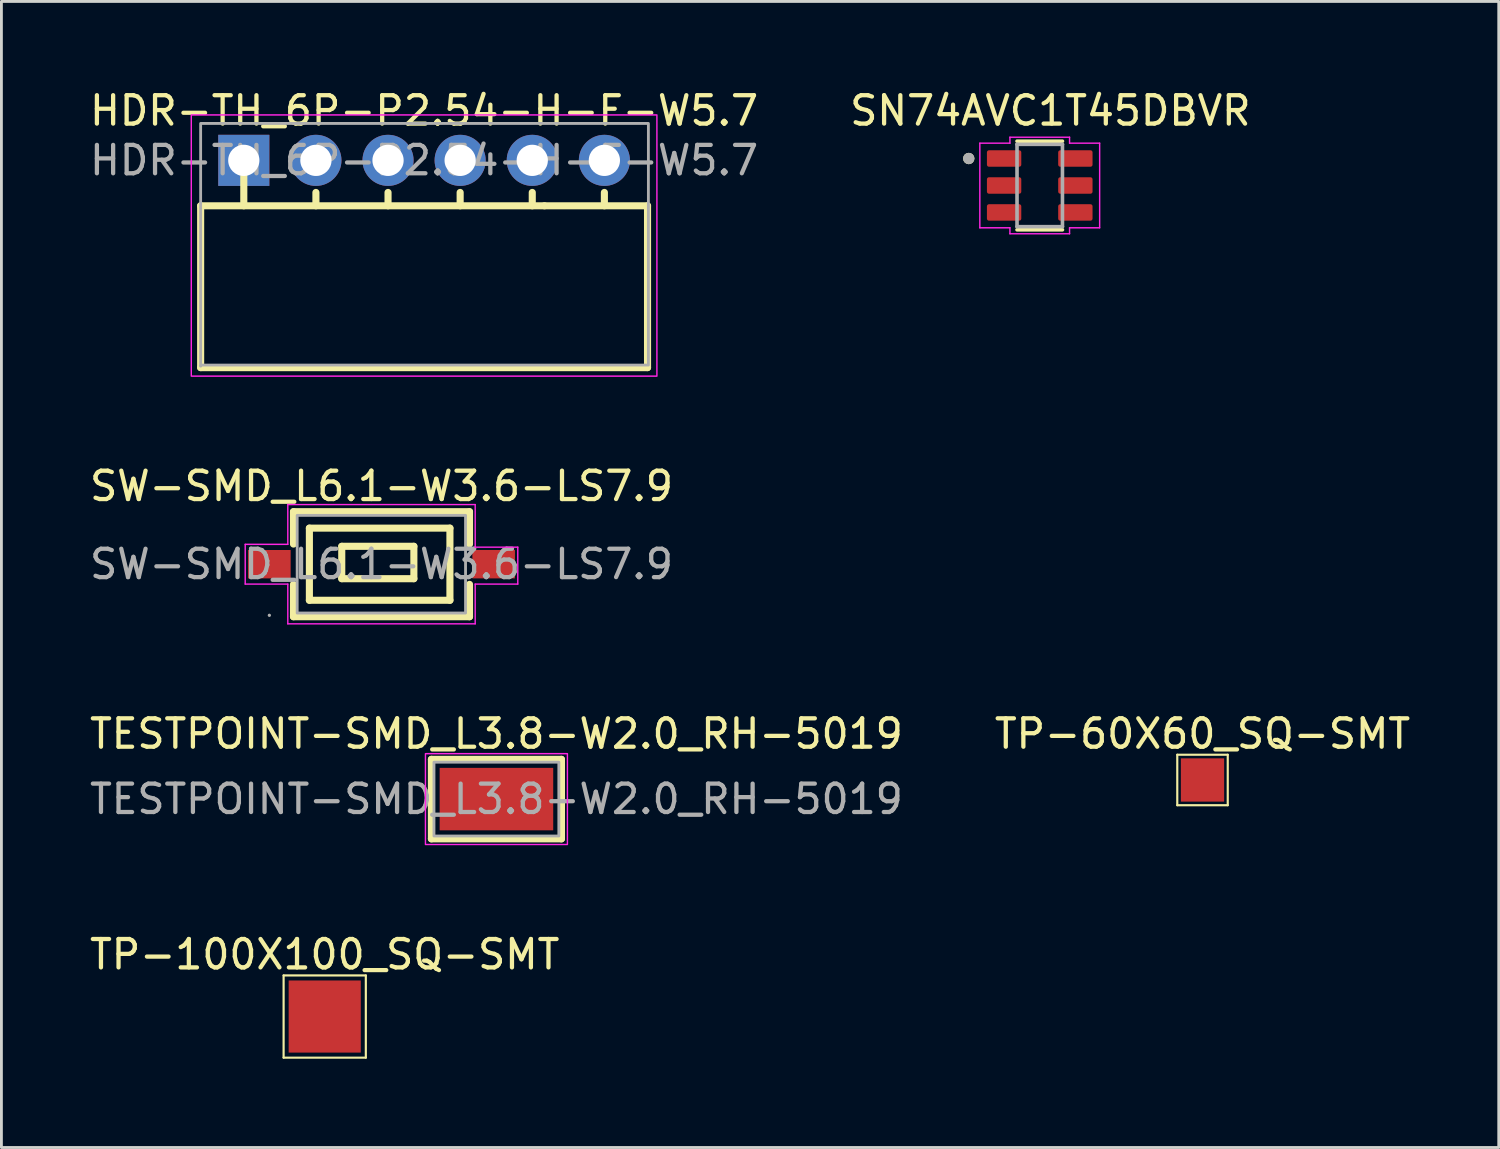
<source format=kicad_pcb>
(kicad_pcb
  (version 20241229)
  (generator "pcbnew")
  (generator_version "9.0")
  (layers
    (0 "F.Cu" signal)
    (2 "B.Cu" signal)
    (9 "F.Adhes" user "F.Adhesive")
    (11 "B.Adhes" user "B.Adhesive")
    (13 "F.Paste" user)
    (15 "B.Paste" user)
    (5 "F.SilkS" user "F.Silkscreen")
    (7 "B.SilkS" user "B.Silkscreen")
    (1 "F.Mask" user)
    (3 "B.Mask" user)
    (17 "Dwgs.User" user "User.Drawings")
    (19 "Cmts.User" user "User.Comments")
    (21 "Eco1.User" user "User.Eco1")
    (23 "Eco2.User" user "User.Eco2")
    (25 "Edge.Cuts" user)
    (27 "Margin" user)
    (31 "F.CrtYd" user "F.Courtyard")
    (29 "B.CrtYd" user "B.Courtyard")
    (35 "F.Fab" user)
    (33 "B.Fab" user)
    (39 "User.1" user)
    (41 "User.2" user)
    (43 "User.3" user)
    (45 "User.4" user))
  (footprint "TESTPOINT-SMD_L3.8-W2.0_RH-5019"
    (layer "F.Cu")
    (at 14.435 25.095)
    (property "Reference" "TESTPOINT-SMD_L3.8-W2.0_RH-5019" (at 0 -2.3 0) (layer "F.SilkS") (effects (font (size 1 1) (thickness 0.15))))
    (attr through_hole)
    (fp_line (start -2.29 -1.4) (end -2.29 1.4) (stroke (width 0.25) (type solid)) (layer "F.SilkS"))
    (fp_line (start 2.29 -1.4) (end -2.29 -1.4) (stroke (width 0.25) (type solid)) (layer "F.SilkS"))
    (fp_line (start 2.29 -1.4) (end 2.29 1.4) (stroke (width 0.25) (type solid)) (layer "F.SilkS"))
    (fp_line (start 2.29 1.4) (end -2.29 1.4) (stroke (width 0.25) (type solid)) (layer "F.SilkS"))
    (fp_rect (start -2.5 -1.6) (end 2.5 1.6) (stroke (width 0.05) (type default)) (fill no) (layer "F.CrtYd"))
    (fp_rect (start -2.2 -1.3) (end 2.2 1.3) (stroke (width 0.1) (type default)) (fill no) (layer "F.Fab"))
    (fp_text user "${REFERENCE}" (at 0 0 0) (layer "F.Fab") (effects (font (size 1 1) (thickness 0.15))))
    (pad "1" smd rect (at 0 0) (size 4 2.2) (layers "F.Cu" "F.Mask" "F.Paste")))
  (footprint "SW-SMD_L6.1-W3.6-LS7.9"
    (layer "F.Cu")
    (at 10.387 16.822)
    (property "Reference" "SW-SMD_L6.1-W3.6-LS7.9" (at 0 -2.75 0) (layer "F.SilkS") (effects (font (size 1 1) (thickness 0.15))))
    (attr smd)
    (fp_line (start -3.1 -1.85) (end -3.1 -0.71) (stroke (width 0.25) (type solid)) (layer "F.SilkS"))
    (fp_line (start -3.1 -1.85) (end 3.1 -1.85) (stroke (width 0.25) (type solid)) (layer "F.SilkS"))
    (fp_line (start -3.1 0.71) (end -3.1 1.85) (stroke (width 0.25) (type solid)) (layer "F.SilkS"))
    (fp_line (start -3.1 1.85) (end 3.1 1.85) (stroke (width 0.25) (type solid)) (layer "F.SilkS"))
    (fp_line (start -2.54 -1.27) (end 2.41 -1.27) (stroke (width 0.25) (type solid)) (layer "F.SilkS"))
    (fp_line (start -2.54 1.27) (end -2.54 -1.27) (stroke (width 0.25) (type solid)) (layer "F.SilkS"))
    (fp_line (start -1.4 -0.63) (end -1.4 0.51) (stroke (width 0.25) (type solid)) (layer "F.SilkS"))
    (fp_line (start -1.4 0.51) (end 1.14 0.51) (stroke (width 0.25) (type solid)) (layer "F.SilkS"))
    (fp_line (start 1.14 -0.63) (end -1.4 -0.63) (stroke (width 0.25) (type solid)) (layer "F.SilkS"))
    (fp_line (start 1.14 0.51) (end 1.14 -0.63) (stroke (width 0.25) (type solid)) (layer "F.SilkS"))
    (fp_line (start 2.41 -1.27) (end 2.41 1.27) (stroke (width 0.25) (type solid)) (layer "F.SilkS"))
    (fp_line (start 2.41 1.27) (end -2.54 1.27) (stroke (width 0.25) (type solid)) (layer "F.SilkS"))
    (fp_line (start 3.1 -0.71) (end 3.1 -1.85) (stroke (width 0.25) (type solid)) (layer "F.SilkS"))
    (fp_line (start 3.1 1.85) (end 3.1 0.71) (stroke (width 0.25) (type solid)) (layer "F.SilkS"))
    (fp_line (start -4.8 -0.7) (end -4.8 0.7) (stroke (width 0.05) (type default)) (layer "F.CrtYd"))
    (fp_line (start -4.8 0.7) (end -3.3 0.7) (stroke (width 0.05) (type default)) (layer "F.CrtYd"))
    (fp_line (start -3.3 -2.1) (end -3.3 -0.7) (stroke (width 0.05) (type default)) (layer "F.CrtYd"))
    (fp_line (start -3.3 -0.7) (end -4.8 -0.7) (stroke (width 0.05) (type default)) (layer "F.CrtYd"))
    (fp_line (start -3.3 0.7) (end -3.3 2.1) (stroke (width 0.05) (type default)) (layer "F.CrtYd"))
    (fp_line (start -3.3 2.1) (end 3.3 2.1) (stroke (width 0.05) (type default)) (layer "F.CrtYd"))
    (fp_line (start 3.3 -2.1) (end -3.3 -2.1) (stroke (width 0.05) (type default)) (layer "F.CrtYd"))
    (fp_line (start 3.3 -0.6) (end 3.3 -2.1) (stroke (width 0.05) (type default)) (layer "F.CrtYd"))
    (fp_line (start 3.3 0.7) (end 4.8 0.7) (stroke (width 0.05) (type default)) (layer "F.CrtYd"))
    (fp_line (start 3.3 2.1) (end 3.3 0.7) (stroke (width 0.05) (type default)) (layer "F.CrtYd"))
    (fp_line (start 4.8 -0.6) (end 3.3 -0.6) (stroke (width 0.05) (type default)) (layer "F.CrtYd"))
    (fp_line (start 4.8 0.7) (end 4.8 -0.6) (stroke (width 0.05) (type default)) (layer "F.CrtYd"))
    (fp_rect (start -2.97 -1.72) (end 2.96 1.72) (stroke (width 0.1) (type default)) (fill no) (layer "F.Fab"))
    (fp_circle (center -3.95 1.8) (end -3.92 1.8) (stroke (width 0.06) (type solid)) (fill no) (layer "F.Fab"))
    (fp_text user "${REFERENCE}" (at 0 0 0) (layer "F.Fab") (effects (font (size 1 1) (thickness 0.15))))
    (pad "1" smd rect (at -3.95 0) (size 1.5 1) (layers "F.Cu" "F.Mask" "F.Paste"))
    (pad "2" smd rect (at 3.95 0) (size 1.5 1) (layers "F.Cu" "F.Mask" "F.Paste")))
  (footprint "TP-60X60_SQ-SMT"
    (layer "F.Cu")
    (at 39.304 24.422)
    (property "Reference" "TP-60X60_SQ-SMT" (at 0 -1.627 0) (layer "F.SilkS") (effects (font (size 1 1) (thickness 0.15))))
    (fp_line (start -0.889 -0.889) (end 0.889 -0.889) (stroke (width 0.076) (type solid)) (layer "F.SilkS"))
    (fp_line (start -0.889 0.889) (end -0.889 -0.889) (stroke (width 0.076) (type solid)) (layer "F.SilkS"))
    (fp_line (start -0.889 0.889) (end 0.889 0.889) (stroke (width 0.076) (type solid)) (layer "F.SilkS"))
    (fp_line (start 0.889 0.889) (end 0.889 -0.889) (stroke (width 0.076) (type solid)) (layer "F.SilkS"))
    (fp_line (start -1.016 -1.016) (end 1.016 -1.016) (stroke (width 0.076) (type solid)) (layer "Eco2.User"))
    (fp_line (start -1.016 1.016) (end -1.016 -1.016) (stroke (width 0.076) (type solid)) (layer "Eco2.User"))
    (fp_line (start -1.016 1.016) (end 1.016 1.016) (stroke (width 0.076) (type solid)) (layer "Eco2.User"))
    (fp_line (start 1.016 1.016) (end 1.016 -1.016) (stroke (width 0.076) (type solid)) (layer "Eco2.User"))
    (pad "1" smd rect (at 0 0) (size 1.524 1.524) (layers "F.Cu" "F.Mask" "F.Paste")))
  (footprint "TP-100X100_SQ-SMT"
    (layer "F.Cu")
    (at 8.387 32.754)
    (property "Reference" "TP-100X100_SQ-SMT" (at 0 -2.186 0) (layer "F.SilkS") (effects (font (size 1 1) (thickness 0.15))))
    (fp_line (start -1.448 -1.448) (end 1.448 -1.448) (stroke (width 0.076) (type solid)) (layer "F.SilkS"))
    (fp_line (start -1.448 1.448) (end -1.448 -1.448) (stroke (width 0.076) (type solid)) (layer "F.SilkS"))
    (fp_line (start -1.448 1.448) (end 1.448 1.448) (stroke (width 0.076) (type solid)) (layer "F.SilkS"))
    (fp_line (start 1.448 1.448) (end 1.448 -1.448) (stroke (width 0.076) (type solid)) (layer "F.SilkS"))
    (fp_line (start -1.575 -1.575) (end 1.575 -1.575) (stroke (width 0.076) (type solid)) (layer "Eco2.User"))
    (fp_line (start -1.575 1.575) (end -1.575 -1.575) (stroke (width 0.076) (type solid)) (layer "Eco2.User"))
    (fp_line (start -1.575 1.575) (end 1.575 1.575) (stroke (width 0.076) (type solid)) (layer "Eco2.User"))
    (fp_line (start 1.575 1.575) (end 1.575 -1.575) (stroke (width 0.076) (type solid)) (layer "Eco2.User"))
    (pad "1" smd rect (at 0 0) (size 2.54 2.54) (layers "F.Cu" "F.Mask" "F.Paste")))
  (footprint "SN74AVC1T45DBVR"
    (layer "F.Cu")
    (at 33.571 3.483)
    (property "Reference" "SN74AVC1T45DBVR" (at 0.375 -2.635 0) (layer "F.SilkS") (effects (font (size 1 1) (thickness 0.15))))
    (attr smd)
    (fp_line (start -0.8 1.56) (end 0.8 1.56) (stroke (width 0.127) (type solid)) (layer "F.SilkS"))
    (fp_line (start 0.8 -1.56) (end -0.8 -1.56) (stroke (width 0.127) (type solid)) (layer "F.SilkS"))
    (fp_circle (center -2.5 -0.95) (end -2.4 -0.95) (stroke (width 0.2) (type solid)) (fill no) (layer "F.SilkS"))
    (fp_line (start -2.11 -1.49) (end -2.11 1.49) (stroke (width 0.05) (type solid)) (layer "F.CrtYd"))
    (fp_line (start -2.11 -1.49) (end -1.05 -1.49) (stroke (width 0.05) (type solid)) (layer "F.CrtYd"))
    (fp_line (start -2.11 1.49) (end -1.05 1.49) (stroke (width 0.05) (type solid)) (layer "F.CrtYd"))
    (fp_line (start -1.05 -1.49) (end -1.05 -1.7) (stroke (width 0.05) (type solid)) (layer "F.CrtYd"))
    (fp_line (start -1.05 1.49) (end -1.05 1.7) (stroke (width 0.05) (type solid)) (layer "F.CrtYd"))
    (fp_line (start -1.05 1.7) (end 1.05 1.7) (stroke (width 0.05) (type solid)) (layer "F.CrtYd"))
    (fp_line (start 1.05 -1.7) (end -1.05 -1.7) (stroke (width 0.05) (type solid)) (layer "F.CrtYd"))
    (fp_line (start 1.05 -1.49) (end 1.05 -1.7) (stroke (width 0.05) (type solid)) (layer "F.CrtYd"))
    (fp_line (start 1.05 1.49) (end 1.05 1.7) (stroke (width 0.05) (type solid)) (layer "F.CrtYd"))
    (fp_line (start 2.11 -1.49) (end 1.05 -1.49) (stroke (width 0.05) (type solid)) (layer "F.CrtYd"))
    (fp_line (start 2.11 1.49) (end 1.05 1.49) (stroke (width 0.05) (type solid)) (layer "F.CrtYd"))
    (fp_line (start 2.11 1.49) (end 2.11 -1.49) (stroke (width 0.05) (type solid)) (layer "F.CrtYd"))
    (fp_line (start -0.8 -1.45) (end -0.8 1.45) (stroke (width 0.127) (type solid)) (layer "F.Fab"))
    (fp_line (start -0.8 1.45) (end 0.8 1.45) (stroke (width 0.127) (type solid)) (layer "F.Fab"))
    (fp_line (start 0.8 -1.45) (end -0.8 -1.45) (stroke (width 0.127) (type solid)) (layer "F.Fab"))
    (fp_line (start 0.8 1.45) (end 0.8 -1.45) (stroke (width 0.127) (type solid)) (layer "F.Fab"))
    (fp_circle (center -2.5 -0.95) (end -2.4 -0.95) (stroke (width 0.2) (type solid)) (fill no) (layer "F.Fab"))
    (pad "1" smd roundrect (at -1.255 -0.95) (size 1.21 0.58) (layers "F.Cu" "F.Mask" "F.Paste") (roundrect_rratio 0.125))
    (pad "2" smd roundrect (at -1.255 0) (size 1.21 0.58) (layers "F.Cu" "F.Mask" "F.Paste") (roundrect_rratio 0.125))
    (pad "3" smd roundrect (at -1.255 0.95) (size 1.21 0.58) (layers "F.Cu" "F.Mask" "F.Paste") (roundrect_rratio 0.125))
    (pad "4" smd roundrect (at 1.255 0.95) (size 1.21 0.58) (layers "F.Cu" "F.Mask" "F.Paste") (roundrect_rratio 0.125))
    (pad "5" smd roundrect (at 1.255 0) (size 1.21 0.58) (layers "F.Cu" "F.Mask" "F.Paste") (roundrect_rratio 0.125))
    (pad "6" smd roundrect (at 1.255 -0.95) (size 1.21 0.58) (layers "F.Cu" "F.Mask" "F.Paste") (roundrect_rratio 0.125)))
  (footprint "HDR-TH_6P-P2.54-H-F-W5.7"
    (layer "F.Cu")
    (at 11.887 2.598)
    (property "Reference" "HDR-TH_6P-P2.54-H-F-W5.7" (at 0 -1.75 0) (layer "F.SilkS") (effects (font (size 1 1) (thickness 0.15))))
    (attr through_hole)
    (fp_line (start -7.87 1.6) (end -7.87 7.3) (stroke (width 0.25) (type solid)) (layer "F.SilkS"))
    (fp_line (start -6.35 0) (end -6.35 1.6) (stroke (width 0.25) (type solid)) (layer "F.SilkS"))
    (fp_line (start -3.81 1.13) (end -3.81 1.6) (stroke (width 0.25) (type solid)) (layer "F.SilkS"))
    (fp_line (start -1.27 1.13) (end -1.27 1.6) (stroke (width 0.25) (type solid)) (layer "F.SilkS"))
    (fp_line (start 1.27 1.13) (end 1.27 1.6) (stroke (width 0.25) (type solid)) (layer "F.SilkS"))
    (fp_line (start 3.81 1.13) (end 3.81 1.6) (stroke (width 0.25) (type solid)) (layer "F.SilkS"))
    (fp_line (start 4.24 1.6) (end -7.87 1.6) (stroke (width 0.25) (type solid)) (layer "F.SilkS"))
    (fp_line (start 6.35 1.13) (end 6.35 1.6) (stroke (width 0.25) (type solid)) (layer "F.SilkS"))
    (fp_line (start 7.87 1.6) (end 4.24 1.6) (stroke (width 0.25) (type solid)) (layer "F.SilkS"))
    (fp_line (start 7.87 1.6) (end 7.87 7.3) (stroke (width 0.25) (type solid)) (layer "F.SilkS"))
    (fp_line (start 7.87 7.3) (end -7.87 7.3) (stroke (width 0.25) (type solid)) (layer "F.SilkS"))
    (fp_rect (start -8.2 -1.6) (end 8.2 7.6) (stroke (width 0.05) (type default)) (fill no) (layer "F.CrtYd"))
    (fp_rect (start -7.87 -1.3) (end 7.9 7.21) (stroke (width 0.1) (type default)) (fill no) (layer "F.Fab"))
    (fp_circle (center -7.87 7.24) (end -7.84 7.24) (stroke (width 0.06) (type solid)) (fill no) (layer "F.Fab"))
    (fp_text user "${REFERENCE}" (at 0 0 0) (layer "F.Fab") (effects (font (size 1 1) (thickness 0.15))))
    (pad "1" thru_hole rect (at -6.35 0) (size 1.8 1.8) (drill 1.1) (layers "*.Cu" "*.Mask"))
    (pad "2" thru_hole circle (at -3.81 0) (size 1.8 1.8) (drill 1.1) (layers "*.Cu" "*.Mask"))
    (pad "3" thru_hole circle (at -1.27 0) (size 1.8 1.8) (drill 1.1) (layers "*.Cu" "*.Mask"))
    (pad "4" thru_hole circle (at 1.27 0) (size 1.8 1.8) (drill 1.1) (layers "*.Cu" "*.Mask"))
    (pad "5" thru_hole circle (at 3.81 0) (size 1.8 1.8) (drill 1.1) (layers "*.Cu" "*.Mask"))
    (pad "6" thru_hole circle (at 6.35 0) (size 1.8 1.8) (drill 1.1) (layers "*.Cu" "*.Mask")))
  (gr_rect
    (start -3 -3)
    (end 49.738 37.367)
    (stroke (width 0.1) (type default))
    (fill no)
    (layer "Edge.Cuts")))
</source>
